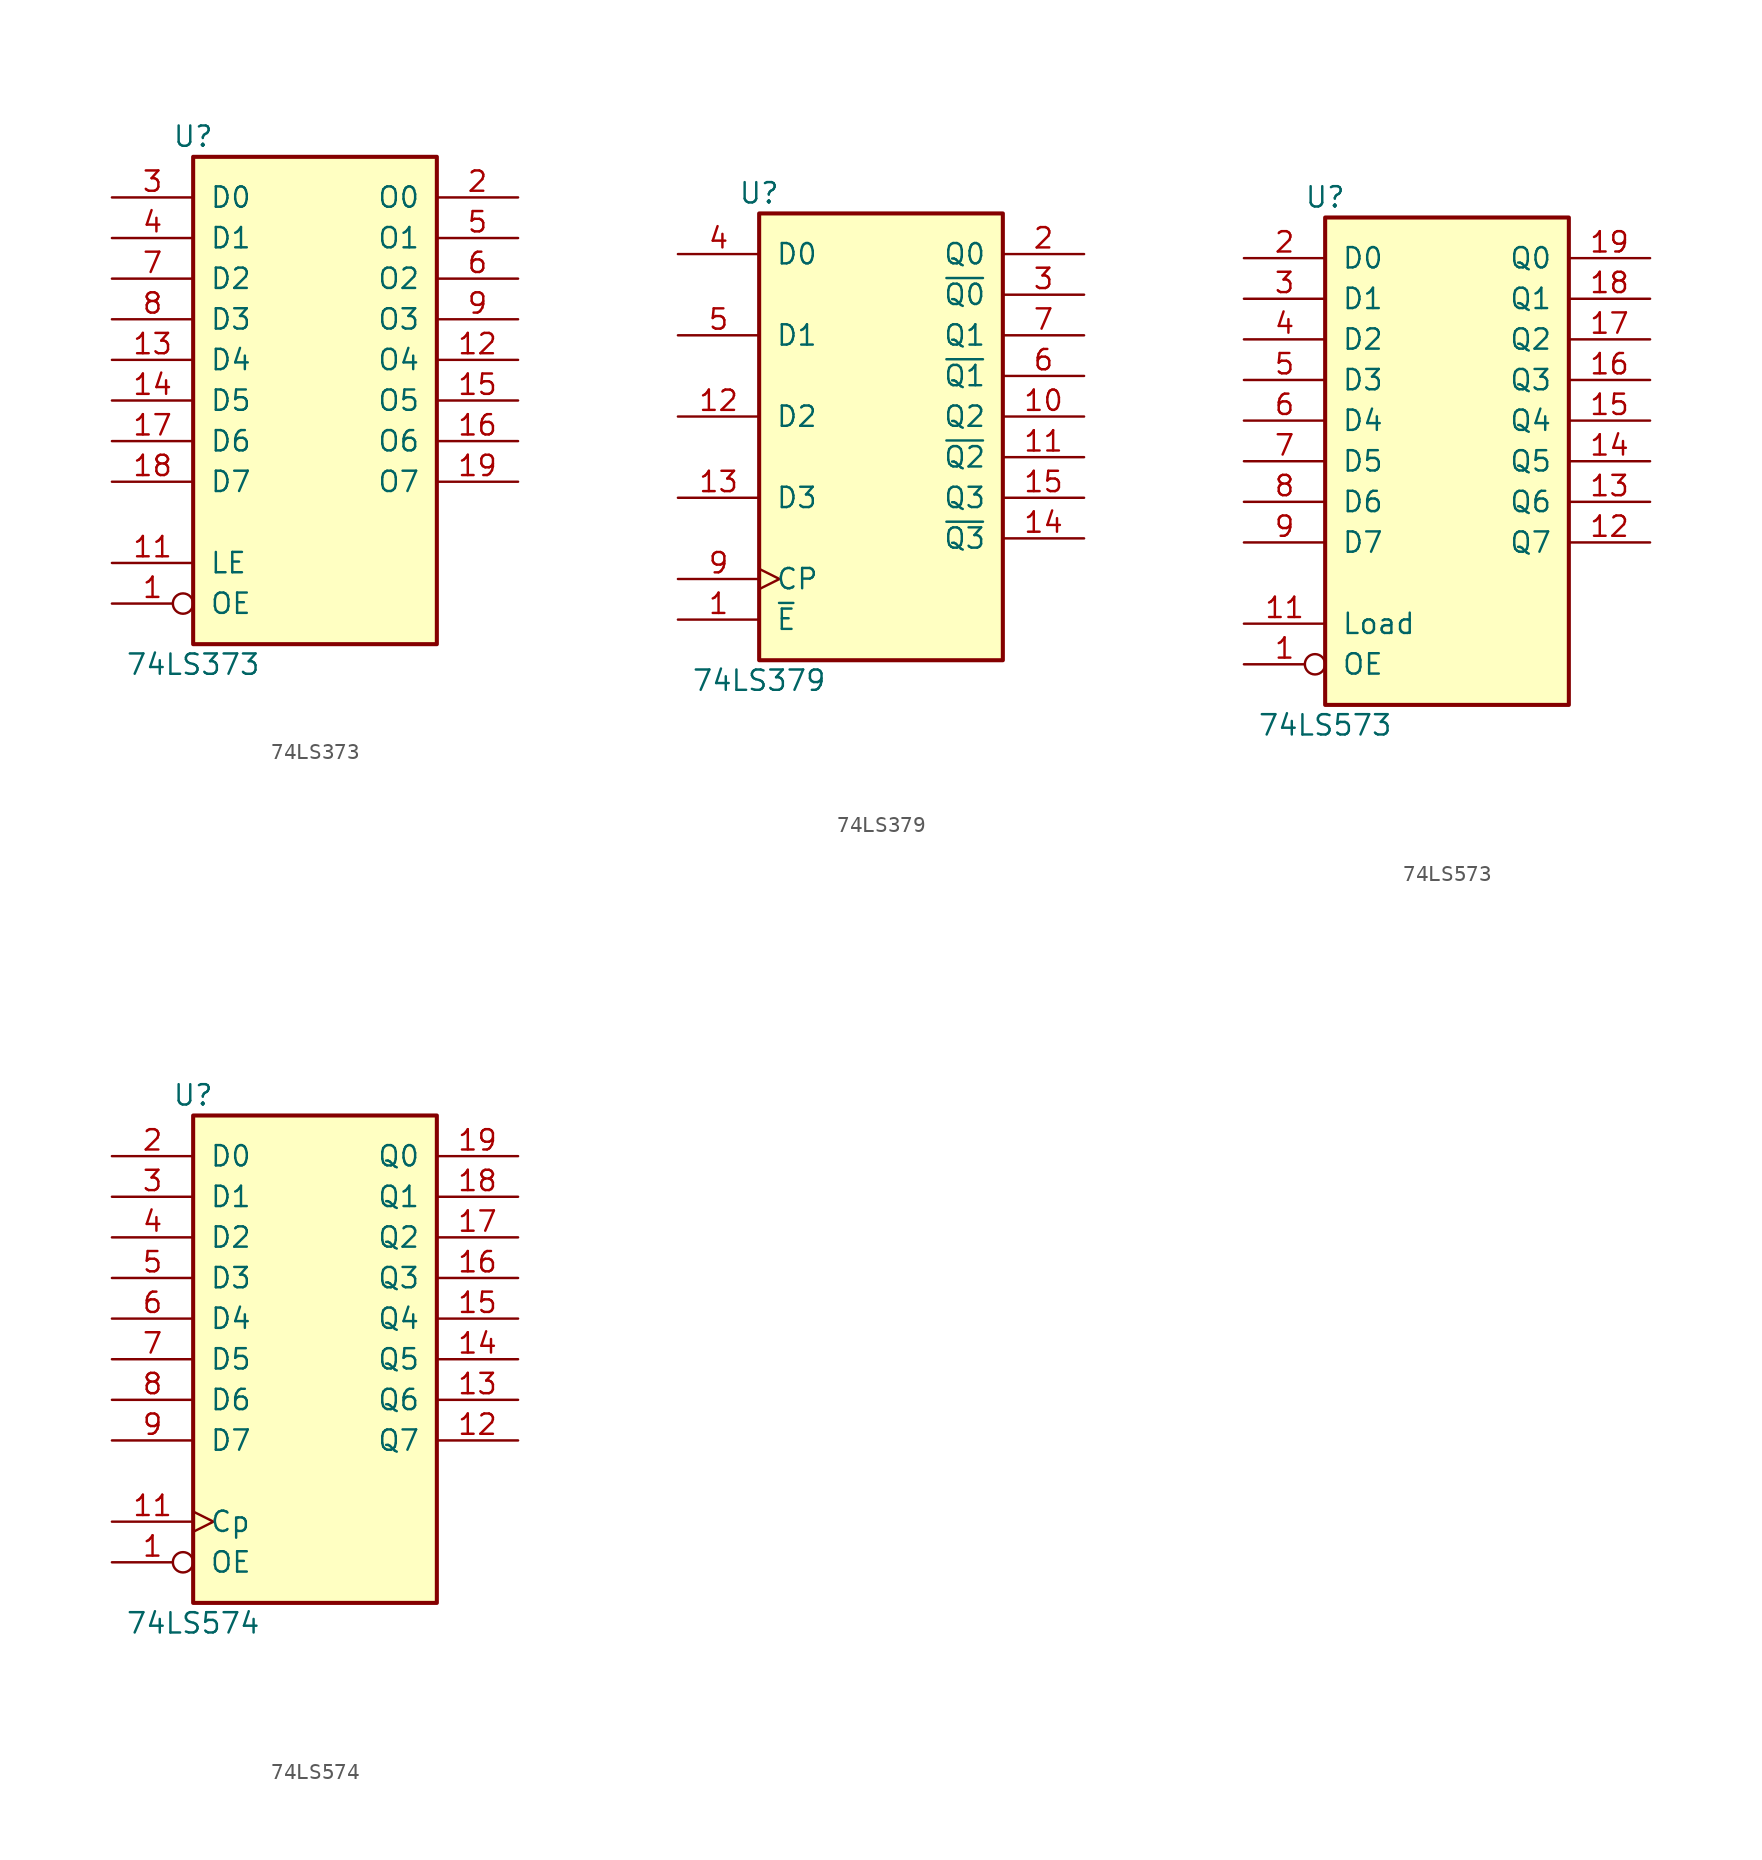
<source format=kicad_sym>
(kicad_symbol_lib
  (version 20211014)
  (generator kicad_symbol_editor)
  (symbol "74LS373"
    (pin_names
      (offset 1.016))
    (property "Reference" "U"
      (at -7.62 16.51 0)
      (effects (font (size 1.27 1.27))))
    (property "Value" "74LS373"
      (at -7.62 -16.51 0)
      (effects (font (size 1.27 1.27))))
    (property "ki_locked" ""
      (at 0 0 0)
      (effects (font (size 1.27 1.27))))
    (symbol "74LS373_1_0"
      (pin input inverted (at -12.7 -12.7 0) (length 5.08) (name "OE" (effects (font (size 1.27 1.27)))) (number "1" (effects (font (size 1.27 1.27)))))
      (pin power_in line (at 0 -15.24 90) (length 5.08) hide (name "VSS" (effects (font (size 1.27 1.27)))) (number "10" (effects (font (size 1.27 1.27)))))
      (pin input line (at -12.7 -10.16 0) (length 5.08) (name "LE" (effects (font (size 1.27 1.27)))) (number "11" (effects (font (size 1.27 1.27)))))
      (pin tri_state line (at 12.7 2.54 180) (length 5.08) (name "O4" (effects (font (size 1.27 1.27)))) (number "12" (effects (font (size 1.27 1.27)))))
      (pin input line (at -12.7 2.54 0) (length 5.08) (name "D4" (effects (font (size 1.27 1.27)))) (number "13" (effects (font (size 1.27 1.27)))))
      (pin input line (at -12.7 0 0) (length 5.08) (name "D5" (effects (font (size 1.27 1.27)))) (number "14" (effects (font (size 1.27 1.27)))))
      (pin tri_state line (at 12.7 0 180) (length 5.08) (name "O5" (effects (font (size 1.27 1.27)))) (number "15" (effects (font (size 1.27 1.27)))))
      (pin tri_state line (at 12.7 -2.54 180) (length 5.08) (name "O6" (effects (font (size 1.27 1.27)))) (number "16" (effects (font (size 1.27 1.27)))))
      (pin input line (at -12.7 -2.54 0) (length 5.08) (name "D6" (effects (font (size 1.27 1.27)))) (number "17" (effects (font (size 1.27 1.27)))))
      (pin input line (at -12.7 -5.08 0) (length 5.08) (name "D7" (effects (font (size 1.27 1.27)))) (number "18" (effects (font (size 1.27 1.27)))))
      (pin tri_state line (at 12.7 -5.08 180) (length 5.08) (name "O7" (effects (font (size 1.27 1.27)))) (number "19" (effects (font (size 1.27 1.27)))))
      (pin tri_state line (at 12.7 12.7 180) (length 5.08) (name "O0" (effects (font (size 1.27 1.27)))) (number "2" (effects (font (size 1.27 1.27)))))
      (pin power_in line (at 0 15.24 270) (length 5.08) hide (name "VCC" (effects (font (size 1.27 1.27)))) (number "20" (effects (font (size 1.27 1.27)))))
      (pin input line (at -12.7 12.7 0) (length 5.08) (name "D0" (effects (font (size 1.27 1.27)))) (number "3" (effects (font (size 1.27 1.27)))))
      (pin input line (at -12.7 10.16 0) (length 5.08) (name "D1" (effects (font (size 1.27 1.27)))) (number "4" (effects (font (size 1.27 1.27)))))
      (pin tri_state line (at 12.7 10.16 180) (length 5.08) (name "O1" (effects (font (size 1.27 1.27)))) (number "5" (effects (font (size 1.27 1.27)))))
      (pin tri_state line (at 12.7 7.62 180) (length 5.08) (name "O2" (effects (font (size 1.27 1.27)))) (number "6" (effects (font (size 1.27 1.27)))))
      (pin input line (at -12.7 7.62 0) (length 5.08) (name "D2" (effects (font (size 1.27 1.27)))) (number "7" (effects (font (size 1.27 1.27)))))
      (pin input line (at -12.7 5.08 0) (length 5.08) (name "D3" (effects (font (size 1.27 1.27)))) (number "8" (effects (font (size 1.27 1.27)))))
      (pin tri_state line (at 12.7 5.08 180) (length 5.08) (name "O3" (effects (font (size 1.27 1.27)))) (number "9" (effects (font (size 1.27 1.27))))))
    (symbol "74LS373_1_1"
      (rectangle (start -7.62 15.24) (end 7.62 -15.24) (stroke (width 0.254) (type default) (color 0 0 0 0)) (fill (type background)))))
  (symbol "74LS379"
    (pin_names
      (offset 1.016))
    (property "Reference" "U"
      (at -7.62 13.97 0)
      (effects (font (size 1.27 1.27))))
    (property "Value" "74LS379"
      (at -7.62 -16.51 0)
      (effects (font (size 1.27 1.27))))
    (property "ki_locked" ""
      (at 0 0 0)
      (effects (font (size 1.27 1.27))))
    (symbol "74LS379_1_0"
      (pin input line (at -12.7 -12.7 0) (length 5.08) (name "~{E}" (effects (font (size 1.27 1.27)))) (number "1" (effects (font (size 1.27 1.27)))))
      (pin output line (at 12.7 0 180) (length 5.08) (name "Q2" (effects (font (size 1.27 1.27)))) (number "10" (effects (font (size 1.27 1.27)))))
      (pin output line (at 12.7 -2.54 180) (length 5.08) (name "~{Q2}" (effects (font (size 1.27 1.27)))) (number "11" (effects (font (size 1.27 1.27)))))
      (pin input line (at -12.7 0 0) (length 5.08) (name "D2" (effects (font (size 1.27 1.27)))) (number "12" (effects (font (size 1.27 1.27)))))
      (pin input line (at -12.7 -5.08 0) (length 5.08) (name "D3" (effects (font (size 1.27 1.27)))) (number "13" (effects (font (size 1.27 1.27)))))
      (pin output line (at 12.7 -7.62 180) (length 5.08) (name "~{Q3}" (effects (font (size 1.27 1.27)))) (number "14" (effects (font (size 1.27 1.27)))))
      (pin output line (at 12.7 -5.08 180) (length 5.08) (name "Q3" (effects (font (size 1.27 1.27)))) (number "15" (effects (font (size 1.27 1.27)))))
      (pin input line (at 0 17.78 270) (length 5.08) hide (name "VCC" (effects (font (size 1.27 1.27)))) (number "16" (effects (font (size 1.27 1.27)))))
      (pin output line (at 12.7 10.16 180) (length 5.08) (name "Q0" (effects (font (size 1.27 1.27)))) (number "2" (effects (font (size 1.27 1.27)))))
      (pin output line (at 12.7 7.62 180) (length 5.08) (name "~{Q0}" (effects (font (size 1.27 1.27)))) (number "3" (effects (font (size 1.27 1.27)))))
      (pin input line (at -12.7 10.16 0) (length 5.08) (name "D0" (effects (font (size 1.27 1.27)))) (number "4" (effects (font (size 1.27 1.27)))))
      (pin input line (at -12.7 5.08 0) (length 5.08) (name "D1" (effects (font (size 1.27 1.27)))) (number "5" (effects (font (size 1.27 1.27)))))
      (pin output line (at 12.7 2.54 180) (length 5.08) (name "~{Q1}" (effects (font (size 1.27 1.27)))) (number "6" (effects (font (size 1.27 1.27)))))
      (pin output line (at 12.7 5.08 180) (length 5.08) (name "Q1" (effects (font (size 1.27 1.27)))) (number "7" (effects (font (size 1.27 1.27)))))
      (pin input line (at 0 -20.32 90) (length 5.08) hide (name "GND" (effects (font (size 1.27 1.27)))) (number "8" (effects (font (size 1.27 1.27)))))
      (pin input clock (at -12.7 -10.16 0) (length 5.08) (name "CP" (effects (font (size 1.27 1.27)))) (number "9" (effects (font (size 1.27 1.27))))))
    (symbol "74LS379_1_1"
      (rectangle (start -7.62 12.7) (end 7.62 -15.24) (stroke (width 0.254) (type default) (color 0 0 0 0)) (fill (type background)))))
  (symbol "74LS573"
    (pin_names
      (offset 1.016))
    (property "Reference" "U"
      (at -7.62 16.51 0)
      (effects (font (size 1.27 1.27))))
    (property "Value" "74LS573"
      (at -7.62 -16.51 0)
      (effects (font (size 1.27 1.27))))
    (property "ki_locked" ""
      (at 0 0 0)
      (effects (font (size 1.27 1.27))))
    (symbol "74LS573_1_0"
      (pin input inverted (at -12.7 -12.7 0) (length 5.08) (name "OE" (effects (font (size 1.27 1.27)))) (number "1" (effects (font (size 1.27 1.27)))))
      (pin input line (at 0 -20.32 90) (length 5.08) hide (name "GND" (effects (font (size 1.27 1.27)))) (number "10" (effects (font (size 1.27 1.27)))))
      (pin input line (at -12.7 -10.16 0) (length 5.08) (name "Load" (effects (font (size 1.27 1.27)))) (number "11" (effects (font (size 1.27 1.27)))))
      (pin tri_state line (at 12.7 -5.08 180) (length 5.08) (name "Q7" (effects (font (size 1.27 1.27)))) (number "12" (effects (font (size 1.27 1.27)))))
      (pin tri_state line (at 12.7 -2.54 180) (length 5.08) (name "Q6" (effects (font (size 1.27 1.27)))) (number "13" (effects (font (size 1.27 1.27)))))
      (pin tri_state line (at 12.7 0 180) (length 5.08) (name "Q5" (effects (font (size 1.27 1.27)))) (number "14" (effects (font (size 1.27 1.27)))))
      (pin tri_state line (at 12.7 2.54 180) (length 5.08) (name "Q4" (effects (font (size 1.27 1.27)))) (number "15" (effects (font (size 1.27 1.27)))))
      (pin tri_state line (at 12.7 5.08 180) (length 5.08) (name "Q3" (effects (font (size 1.27 1.27)))) (number "16" (effects (font (size 1.27 1.27)))))
      (pin tri_state line (at 12.7 7.62 180) (length 5.08) (name "Q2" (effects (font (size 1.27 1.27)))) (number "17" (effects (font (size 1.27 1.27)))))
      (pin tri_state line (at 12.7 10.16 180) (length 5.08) (name "Q1" (effects (font (size 1.27 1.27)))) (number "18" (effects (font (size 1.27 1.27)))))
      (pin tri_state line (at 12.7 12.7 180) (length 5.08) (name "Q0" (effects (font (size 1.27 1.27)))) (number "19" (effects (font (size 1.27 1.27)))))
      (pin input line (at -12.7 12.7 0) (length 5.08) (name "D0" (effects (font (size 1.27 1.27)))) (number "2" (effects (font (size 1.27 1.27)))))
      (pin input line (at 0 20.32 270) (length 5.08) hide (name "VCC" (effects (font (size 1.27 1.27)))) (number "20" (effects (font (size 1.27 1.27)))))
      (pin input line (at -12.7 10.16 0) (length 5.08) (name "D1" (effects (font (size 1.27 1.27)))) (number "3" (effects (font (size 1.27 1.27)))))
      (pin input line (at -12.7 7.62 0) (length 5.08) (name "D2" (effects (font (size 1.27 1.27)))) (number "4" (effects (font (size 1.27 1.27)))))
      (pin input line (at -12.7 5.08 0) (length 5.08) (name "D3" (effects (font (size 1.27 1.27)))) (number "5" (effects (font (size 1.27 1.27)))))
      (pin input line (at -12.7 2.54 0) (length 5.08) (name "D4" (effects (font (size 1.27 1.27)))) (number "6" (effects (font (size 1.27 1.27)))))
      (pin input line (at -12.7 0 0) (length 5.08) (name "D5" (effects (font (size 1.27 1.27)))) (number "7" (effects (font (size 1.27 1.27)))))
      (pin input line (at -12.7 -2.54 0) (length 5.08) (name "D6" (effects (font (size 1.27 1.27)))) (number "8" (effects (font (size 1.27 1.27)))))
      (pin input line (at -12.7 -5.08 0) (length 5.08) (name "D7" (effects (font (size 1.27 1.27)))) (number "9" (effects (font (size 1.27 1.27))))))
    (symbol "74LS573_1_1"
      (rectangle (start -7.62 15.24) (end 7.62 -15.24) (stroke (width 0.254) (type default) (color 0 0 0 0)) (fill (type background)))))
  (symbol "74LS574"
    (pin_names
      (offset 1.016))
    (property "Reference" "U"
      (at -7.62 16.51 0)
      (effects (font (size 1.27 1.27))))
    (property "Value" "74LS574"
      (at -7.62 -16.51 0)
      (effects (font (size 1.27 1.27))))
    (property "ki_locked" ""
      (at 0 0 0)
      (effects (font (size 1.27 1.27))))
    (symbol "74LS574_1_0"
      (pin input inverted (at -12.7 -12.7 0) (length 5.08) (name "OE" (effects (font (size 1.27 1.27)))) (number "1" (effects (font (size 1.27 1.27)))))
      (pin input line (at 0 -20.32 90) (length 5.08) hide (name "GND" (effects (font (size 1.27 1.27)))) (number "10" (effects (font (size 1.27 1.27)))))
      (pin input clock (at -12.7 -10.16 0) (length 5.08) (name "Cp" (effects (font (size 1.27 1.27)))) (number "11" (effects (font (size 1.27 1.27)))))
      (pin tri_state line (at 12.7 -5.08 180) (length 5.08) (name "Q7" (effects (font (size 1.27 1.27)))) (number "12" (effects (font (size 1.27 1.27)))))
      (pin tri_state line (at 12.7 -2.54 180) (length 5.08) (name "Q6" (effects (font (size 1.27 1.27)))) (number "13" (effects (font (size 1.27 1.27)))))
      (pin tri_state line (at 12.7 0 180) (length 5.08) (name "Q5" (effects (font (size 1.27 1.27)))) (number "14" (effects (font (size 1.27 1.27)))))
      (pin tri_state line (at 12.7 2.54 180) (length 5.08) (name "Q4" (effects (font (size 1.27 1.27)))) (number "15" (effects (font (size 1.27 1.27)))))
      (pin tri_state line (at 12.7 5.08 180) (length 5.08) (name "Q3" (effects (font (size 1.27 1.27)))) (number "16" (effects (font (size 1.27 1.27)))))
      (pin tri_state line (at 12.7 7.62 180) (length 5.08) (name "Q2" (effects (font (size 1.27 1.27)))) (number "17" (effects (font (size 1.27 1.27)))))
      (pin tri_state line (at 12.7 10.16 180) (length 5.08) (name "Q1" (effects (font (size 1.27 1.27)))) (number "18" (effects (font (size 1.27 1.27)))))
      (pin tri_state line (at 12.7 12.7 180) (length 5.08) (name "Q0" (effects (font (size 1.27 1.27)))) (number "19" (effects (font (size 1.27 1.27)))))
      (pin input line (at -12.7 12.7 0) (length 5.08) (name "D0" (effects (font (size 1.27 1.27)))) (number "2" (effects (font (size 1.27 1.27)))))
      (pin input line (at 0 20.32 270) (length 5.08) hide (name "VCC" (effects (font (size 1.27 1.27)))) (number "20" (effects (font (size 1.27 1.27)))))
      (pin input line (at -12.7 10.16 0) (length 5.08) (name "D1" (effects (font (size 1.27 1.27)))) (number "3" (effects (font (size 1.27 1.27)))))
      (pin input line (at -12.7 7.62 0) (length 5.08) (name "D2" (effects (font (size 1.27 1.27)))) (number "4" (effects (font (size 1.27 1.27)))))
      (pin input line (at -12.7 5.08 0) (length 5.08) (name "D3" (effects (font (size 1.27 1.27)))) (number "5" (effects (font (size 1.27 1.27)))))
      (pin input line (at -12.7 2.54 0) (length 5.08) (name "D4" (effects (font (size 1.27 1.27)))) (number "6" (effects (font (size 1.27 1.27)))))
      (pin input line (at -12.7 0 0) (length 5.08) (name "D5" (effects (font (size 1.27 1.27)))) (number "7" (effects (font (size 1.27 1.27)))))
      (pin input line (at -12.7 -2.54 0) (length 5.08) (name "D6" (effects (font (size 1.27 1.27)))) (number "8" (effects (font (size 1.27 1.27)))))
      (pin input line (at -12.7 -5.08 0) (length 5.08) (name "D7" (effects (font (size 1.27 1.27)))) (number "9" (effects (font (size 1.27 1.27))))))
    (symbol "74LS574_1_1"
      (rectangle (start -7.62 15.24) (end 7.62 -15.24) (stroke (width 0.254) (type default) (color 0 0 0 0)) (fill (type background))))))
</source>
